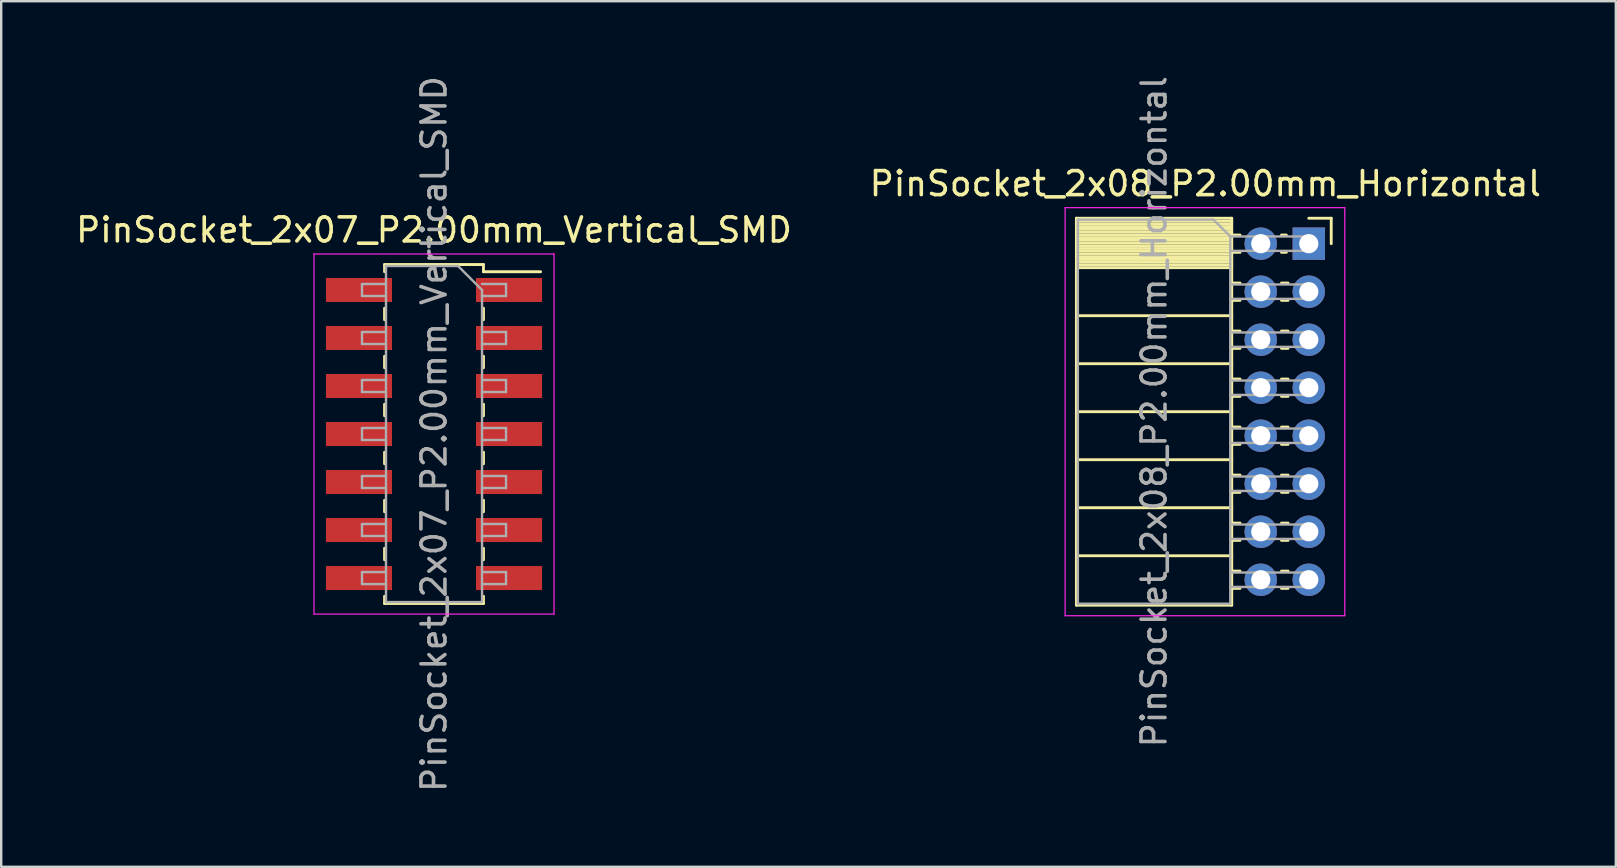
<source format=kicad_pcb>
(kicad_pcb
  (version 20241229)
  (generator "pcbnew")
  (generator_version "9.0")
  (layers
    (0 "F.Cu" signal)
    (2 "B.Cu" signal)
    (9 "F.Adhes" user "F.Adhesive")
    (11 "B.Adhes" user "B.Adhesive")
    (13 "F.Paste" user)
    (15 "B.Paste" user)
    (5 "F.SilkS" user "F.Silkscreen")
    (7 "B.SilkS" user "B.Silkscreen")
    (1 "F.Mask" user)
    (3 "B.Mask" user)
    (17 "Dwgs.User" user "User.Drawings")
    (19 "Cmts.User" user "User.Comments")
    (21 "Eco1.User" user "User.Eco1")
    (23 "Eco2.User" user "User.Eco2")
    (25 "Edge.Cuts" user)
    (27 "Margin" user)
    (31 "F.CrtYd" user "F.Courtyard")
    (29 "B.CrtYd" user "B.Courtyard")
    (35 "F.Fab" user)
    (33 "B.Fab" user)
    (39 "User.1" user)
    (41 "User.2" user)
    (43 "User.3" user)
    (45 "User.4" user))
  (footprint "PinSocket_2x07_P2.00mm_Vertical_SMD"
    (layer "F.Cu")
    (at 15.03 15.03)
    (property "Reference" "PinSocket_2x07_P2.00mm_Vertical_SMD" (at 0 -8.5 0) (layer "F.SilkS") (effects (font (size 1 1) (thickness 0.15))))
    (attr smd)
    (fp_line (start -2.06 -7.06) (end -2.06 -6.76) (stroke (width 0.12) (type solid)) (layer "F.SilkS"))
    (fp_line (start -2.06 -7.06) (end 2.06 -7.06) (stroke (width 0.12) (type solid)) (layer "F.SilkS"))
    (fp_line (start -2.06 -5.24) (end -2.06 -4.76) (stroke (width 0.12) (type solid)) (layer "F.SilkS"))
    (fp_line (start -2.06 -3.24) (end -2.06 -2.76) (stroke (width 0.12) (type solid)) (layer "F.SilkS"))
    (fp_line (start -2.06 -1.24) (end -2.06 -0.76) (stroke (width 0.12) (type solid)) (layer "F.SilkS"))
    (fp_line (start -2.06 0.76) (end -2.06 1.24) (stroke (width 0.12) (type solid)) (layer "F.SilkS"))
    (fp_line (start -2.06 2.76) (end -2.06 3.24) (stroke (width 0.12) (type solid)) (layer "F.SilkS"))
    (fp_line (start -2.06 4.76) (end -2.06 5.24) (stroke (width 0.12) (type solid)) (layer "F.SilkS"))
    (fp_line (start -2.06 6.76) (end -2.06 7.06) (stroke (width 0.12) (type solid)) (layer "F.SilkS"))
    (fp_line (start -2.06 7.06) (end 2.06 7.06) (stroke (width 0.12) (type solid)) (layer "F.SilkS"))
    (fp_line (start 2.06 -7.06) (end 2.06 -6.76) (stroke (width 0.12) (type solid)) (layer "F.SilkS"))
    (fp_line (start 2.06 -6.76) (end 4.44 -6.76) (stroke (width 0.12) (type solid)) (layer "F.SilkS"))
    (fp_line (start 2.06 -5.24) (end 2.06 -4.76) (stroke (width 0.12) (type solid)) (layer "F.SilkS"))
    (fp_line (start 2.06 -3.24) (end 2.06 -2.76) (stroke (width 0.12) (type solid)) (layer "F.SilkS"))
    (fp_line (start 2.06 -1.24) (end 2.06 -0.76) (stroke (width 0.12) (type solid)) (layer "F.SilkS"))
    (fp_line (start 2.06 0.76) (end 2.06 1.24) (stroke (width 0.12) (type solid)) (layer "F.SilkS"))
    (fp_line (start 2.06 2.76) (end 2.06 3.24) (stroke (width 0.12) (type solid)) (layer "F.SilkS"))
    (fp_line (start 2.06 4.76) (end 2.06 5.24) (stroke (width 0.12) (type solid)) (layer "F.SilkS"))
    (fp_line (start 2.06 6.76) (end 2.06 7.06) (stroke (width 0.12) (type solid)) (layer "F.SilkS"))
    (fp_line (start -5 -7.5) (end 5 -7.5) (stroke (width 0.05) (type solid)) (layer "F.CrtYd"))
    (fp_line (start -5 7.5) (end -5 -7.5) (stroke (width 0.05) (type solid)) (layer "F.CrtYd"))
    (fp_line (start 5 -7.5) (end 5 7.5) (stroke (width 0.05) (type solid)) (layer "F.CrtYd"))
    (fp_line (start 5 7.5) (end -5 7.5) (stroke (width 0.05) (type solid)) (layer "F.CrtYd"))
    (fp_line (start -3 -6.25) (end -2 -6.25) (stroke (width 0.1) (type solid)) (layer "F.Fab"))
    (fp_line (start -3 -5.75) (end -3 -6.25) (stroke (width 0.1) (type solid)) (layer "F.Fab"))
    (fp_line (start -3 -4.25) (end -2 -4.25) (stroke (width 0.1) (type solid)) (layer "F.Fab"))
    (fp_line (start -3 -3.75) (end -3 -4.25) (stroke (width 0.1) (type solid)) (layer "F.Fab"))
    (fp_line (start -3 -2.25) (end -2 -2.25) (stroke (width 0.1) (type solid)) (layer "F.Fab"))
    (fp_line (start -3 -1.75) (end -3 -2.25) (stroke (width 0.1) (type solid)) (layer "F.Fab"))
    (fp_line (start -3 -0.25) (end -2 -0.25) (stroke (width 0.1) (type solid)) (layer "F.Fab"))
    (fp_line (start -3 0.25) (end -3 -0.25) (stroke (width 0.1) (type solid)) (layer "F.Fab"))
    (fp_line (start -3 1.75) (end -2 1.75) (stroke (width 0.1) (type solid)) (layer "F.Fab"))
    (fp_line (start -3 2.25) (end -3 1.75) (stroke (width 0.1) (type solid)) (layer "F.Fab"))
    (fp_line (start -3 3.75) (end -2 3.75) (stroke (width 0.1) (type solid)) (layer "F.Fab"))
    (fp_line (start -3 4.25) (end -3 3.75) (stroke (width 0.1) (type solid)) (layer "F.Fab"))
    (fp_line (start -3 5.75) (end -2 5.75) (stroke (width 0.1) (type solid)) (layer "F.Fab"))
    (fp_line (start -3 6.25) (end -3 5.75) (stroke (width 0.1) (type solid)) (layer "F.Fab"))
    (fp_line (start -2 -7) (end 1 -7) (stroke (width 0.1) (type solid)) (layer "F.Fab"))
    (fp_line (start -2 -5.75) (end -3 -5.75) (stroke (width 0.1) (type solid)) (layer "F.Fab"))
    (fp_line (start -2 -3.75) (end -3 -3.75) (stroke (width 0.1) (type solid)) (layer "F.Fab"))
    (fp_line (start -2 -1.75) (end -3 -1.75) (stroke (width 0.1) (type solid)) (layer "F.Fab"))
    (fp_line (start -2 0.25) (end -3 0.25) (stroke (width 0.1) (type solid)) (layer "F.Fab"))
    (fp_line (start -2 2.25) (end -3 2.25) (stroke (width 0.1) (type solid)) (layer "F.Fab"))
    (fp_line (start -2 4.25) (end -3 4.25) (stroke (width 0.1) (type solid)) (layer "F.Fab"))
    (fp_line (start -2 6.25) (end -3 6.25) (stroke (width 0.1) (type solid)) (layer "F.Fab"))
    (fp_line (start -2 7) (end -2 -7) (stroke (width 0.1) (type solid)) (layer "F.Fab"))
    (fp_line (start 1 -7) (end 2 -6) (stroke (width 0.1) (type solid)) (layer "F.Fab"))
    (fp_line (start 2 -6.25) (end 3 -6.25) (stroke (width 0.1) (type solid)) (layer "F.Fab"))
    (fp_line (start 2 -6) (end 2 7) (stroke (width 0.1) (type solid)) (layer "F.Fab"))
    (fp_line (start 2 -4.25) (end 3 -4.25) (stroke (width 0.1) (type solid)) (layer "F.Fab"))
    (fp_line (start 2 -2.25) (end 3 -2.25) (stroke (width 0.1) (type solid)) (layer "F.Fab"))
    (fp_line (start 2 -0.25) (end 3 -0.25) (stroke (width 0.1) (type solid)) (layer "F.Fab"))
    (fp_line (start 2 1.75) (end 3 1.75) (stroke (width 0.1) (type solid)) (layer "F.Fab"))
    (fp_line (start 2 3.75) (end 3 3.75) (stroke (width 0.1) (type solid)) (layer "F.Fab"))
    (fp_line (start 2 5.75) (end 3 5.75) (stroke (width 0.1) (type solid)) (layer "F.Fab"))
    (fp_line (start 2 7) (end -2 7) (stroke (width 0.1) (type solid)) (layer "F.Fab"))
    (fp_line (start 3 -6.25) (end 3 -5.75) (stroke (width 0.1) (type solid)) (layer "F.Fab"))
    (fp_line (start 3 -5.75) (end 2 -5.75) (stroke (width 0.1) (type solid)) (layer "F.Fab"))
    (fp_line (start 3 -4.25) (end 3 -3.75) (stroke (width 0.1) (type solid)) (layer "F.Fab"))
    (fp_line (start 3 -3.75) (end 2 -3.75) (stroke (width 0.1) (type solid)) (layer "F.Fab"))
    (fp_line (start 3 -2.25) (end 3 -1.75) (stroke (width 0.1) (type solid)) (layer "F.Fab"))
    (fp_line (start 3 -1.75) (end 2 -1.75) (stroke (width 0.1) (type solid)) (layer "F.Fab"))
    (fp_line (start 3 -0.25) (end 3 0.25) (stroke (width 0.1) (type solid)) (layer "F.Fab"))
    (fp_line (start 3 0.25) (end 2 0.25) (stroke (width 0.1) (type solid)) (layer "F.Fab"))
    (fp_line (start 3 1.75) (end 3 2.25) (stroke (width 0.1) (type solid)) (layer "F.Fab"))
    (fp_line (start 3 2.25) (end 2 2.25) (stroke (width 0.1) (type solid)) (layer "F.Fab"))
    (fp_line (start 3 3.75) (end 3 4.25) (stroke (width 0.1) (type solid)) (layer "F.Fab"))
    (fp_line (start 3 4.25) (end 2 4.25) (stroke (width 0.1) (type solid)) (layer "F.Fab"))
    (fp_line (start 3 5.75) (end 3 6.25) (stroke (width 0.1) (type solid)) (layer "F.Fab"))
    (fp_line (start 3 6.25) (end 2 6.25) (stroke (width 0.1) (type solid)) (layer "F.Fab"))
    (fp_text user "${REFERENCE}" (at 0 0 90) (layer "F.Fab") (effects (font (size 1 1) (thickness 0.15))))
    (pad "1" smd rect (at 3.125 -6) (size 2.75 1) (layers "F.Cu" "F.Mask" "F.Paste"))
    (pad "2" smd rect (at -3.125 -6) (size 2.75 1) (layers "F.Cu" "F.Mask" "F.Paste"))
    (pad "3" smd rect (at 3.125 -4) (size 2.75 1) (layers "F.Cu" "F.Mask" "F.Paste"))
    (pad "4" smd rect (at -3.125 -4) (size 2.75 1) (layers "F.Cu" "F.Mask" "F.Paste"))
    (pad "5" smd rect (at 3.125 -2) (size 2.75 1) (layers "F.Cu" "F.Mask" "F.Paste"))
    (pad "6" smd rect (at -3.125 -2) (size 2.75 1) (layers "F.Cu" "F.Mask" "F.Paste"))
    (pad "7" smd rect (at 3.125 0) (size 2.75 1) (layers "F.Cu" "F.Mask" "F.Paste"))
    (pad "8" smd rect (at -3.125 0) (size 2.75 1) (layers "F.Cu" "F.Mask" "F.Paste"))
    (pad "9" smd rect (at 3.125 2) (size 2.75 1) (layers "F.Cu" "F.Mask" "F.Paste"))
    (pad "10" smd rect (at -3.125 2) (size 2.75 1) (layers "F.Cu" "F.Mask" "F.Paste"))
    (pad "11" smd rect (at 3.125 4) (size 2.75 1) (layers "F.Cu" "F.Mask" "F.Paste"))
    (pad "12" smd rect (at -3.125 4) (size 2.75 1) (layers "F.Cu" "F.Mask" "F.Paste"))
    (pad "13" smd rect (at 3.125 6) (size 2.75 1) (layers "F.Cu" "F.Mask" "F.Paste"))
    (pad "14" smd rect (at -3.125 6) (size 2.75 1) (layers "F.Cu" "F.Mask" "F.Paste")))
  (footprint "PinSocket_2x08_P2.00mm_Horizontal"
    (layer "F.Cu")
    (at 51.471 7.101)
    (property "Reference" "PinSocket_2x08_P2.00mm_Horizontal" (at -4.31 -2.5 0) (layer "F.SilkS") (effects (font (size 1 1) (thickness 0.15))))
    (attr through_hole)
    (fp_line (start -9.68 -1.06) (end -9.68 15.06) (stroke (width 0.12) (type solid)) (layer "F.SilkS"))
    (fp_line (start -9.68 -1.06) (end -3.21 -1.06) (stroke (width 0.12) (type solid)) (layer "F.SilkS"))
    (fp_line (start -9.68 -0.94) (end -3.21 -0.94) (stroke (width 0.12) (type solid)) (layer "F.SilkS"))
    (fp_line (start -9.68 -0.826) (end -3.21 -0.826) (stroke (width 0.12) (type solid)) (layer "F.SilkS"))
    (fp_line (start -9.68 -0.712) (end -3.21 -0.712) (stroke (width 0.12) (type solid)) (layer "F.SilkS"))
    (fp_line (start -9.68 -0.598) (end -3.21 -0.598) (stroke (width 0.12) (type solid)) (layer "F.SilkS"))
    (fp_line (start -9.68 -0.484) (end -3.21 -0.484) (stroke (width 0.12) (type solid)) (layer "F.SilkS"))
    (fp_line (start -9.68 -0.369) (end -3.21 -0.369) (stroke (width 0.12) (type solid)) (layer "F.SilkS"))
    (fp_line (start -9.68 -0.255) (end -3.21 -0.255) (stroke (width 0.12) (type solid)) (layer "F.SilkS"))
    (fp_line (start -9.68 -0.141) (end -3.21 -0.141) (stroke (width 0.12) (type solid)) (layer "F.SilkS"))
    (fp_line (start -9.68 -0.027) (end -3.21 -0.027) (stroke (width 0.12) (type solid)) (layer "F.SilkS"))
    (fp_line (start -9.68 0.087) (end -3.21 0.087) (stroke (width 0.12) (type solid)) (layer "F.SilkS"))
    (fp_line (start -9.68 0.201) (end -3.21 0.201) (stroke (width 0.12) (type solid)) (layer "F.SilkS"))
    (fp_line (start -9.68 0.315) (end -3.21 0.315) (stroke (width 0.12) (type solid)) (layer "F.SilkS"))
    (fp_line (start -9.68 0.429) (end -3.21 0.429) (stroke (width 0.12) (type solid)) (layer "F.SilkS"))
    (fp_line (start -9.68 0.544) (end -3.21 0.544) (stroke (width 0.12) (type solid)) (layer "F.SilkS"))
    (fp_line (start -9.68 0.658) (end -3.21 0.658) (stroke (width 0.12) (type solid)) (layer "F.SilkS"))
    (fp_line (start -9.68 0.772) (end -3.21 0.772) (stroke (width 0.12) (type solid)) (layer "F.SilkS"))
    (fp_line (start -9.68 0.886) (end -3.21 0.886) (stroke (width 0.12) (type solid)) (layer "F.SilkS"))
    (fp_line (start -9.68 1) (end -3.21 1) (stroke (width 0.12) (type solid)) (layer "F.SilkS"))
    (fp_line (start -9.68 3) (end -3.21 3) (stroke (width 0.12) (type solid)) (layer "F.SilkS"))
    (fp_line (start -9.68 5) (end -3.21 5) (stroke (width 0.12) (type solid)) (layer "F.SilkS"))
    (fp_line (start -9.68 7) (end -3.21 7) (stroke (width 0.12) (type solid)) (layer "F.SilkS"))
    (fp_line (start -9.68 9) (end -3.21 9) (stroke (width 0.12) (type solid)) (layer "F.SilkS"))
    (fp_line (start -9.68 11) (end -3.21 11) (stroke (width 0.12) (type solid)) (layer "F.SilkS"))
    (fp_line (start -9.68 13) (end -3.21 13) (stroke (width 0.12) (type solid)) (layer "F.SilkS"))
    (fp_line (start -9.68 15.06) (end -3.21 15.06) (stroke (width 0.12) (type solid)) (layer "F.SilkS"))
    (fp_line (start -3.21 -1.06) (end -3.21 15.06) (stroke (width 0.12) (type solid)) (layer "F.SilkS"))
    (fp_line (start -3.21 -0.36) (end -2.863 -0.36) (stroke (width 0.12) (type solid)) (layer "F.SilkS"))
    (fp_line (start -3.21 0.36) (end -2.863 0.36) (stroke (width 0.12) (type solid)) (layer "F.SilkS"))
    (fp_line (start -3.21 1.64) (end -2.863 1.64) (stroke (width 0.12) (type solid)) (layer "F.SilkS"))
    (fp_line (start -3.21 2.36) (end -2.863 2.36) (stroke (width 0.12) (type solid)) (layer "F.SilkS"))
    (fp_line (start -3.21 3.64) (end -2.863 3.64) (stroke (width 0.12) (type solid)) (layer "F.SilkS"))
    (fp_line (start -3.21 4.36) (end -2.863 4.36) (stroke (width 0.12) (type solid)) (layer "F.SilkS"))
    (fp_line (start -3.21 5.64) (end -2.863 5.64) (stroke (width 0.12) (type solid)) (layer "F.SilkS"))
    (fp_line (start -3.21 6.36) (end -2.863 6.36) (stroke (width 0.12) (type solid)) (layer "F.SilkS"))
    (fp_line (start -3.21 7.64) (end -2.863 7.64) (stroke (width 0.12) (type solid)) (layer "F.SilkS"))
    (fp_line (start -3.21 8.36) (end -2.863 8.36) (stroke (width 0.12) (type solid)) (layer "F.SilkS"))
    (fp_line (start -3.21 9.64) (end -2.863 9.64) (stroke (width 0.12) (type solid)) (layer "F.SilkS"))
    (fp_line (start -3.21 10.36) (end -2.863 10.36) (stroke (width 0.12) (type solid)) (layer "F.SilkS"))
    (fp_line (start -3.21 11.64) (end -2.863 11.64) (stroke (width 0.12) (type solid)) (layer "F.SilkS"))
    (fp_line (start -3.21 12.36) (end -2.863 12.36) (stroke (width 0.12) (type solid)) (layer "F.SilkS"))
    (fp_line (start -3.21 13.64) (end -2.863 13.64) (stroke (width 0.12) (type solid)) (layer "F.SilkS"))
    (fp_line (start -3.21 14.36) (end -2.863 14.36) (stroke (width 0.12) (type solid)) (layer "F.SilkS"))
    (fp_line (start -1.137 -0.36) (end -0.935 -0.36) (stroke (width 0.12) (type solid)) (layer "F.SilkS"))
    (fp_line (start -1.137 0.36) (end -0.935 0.36) (stroke (width 0.12) (type solid)) (layer "F.SilkS"))
    (fp_line (start -1.137 1.64) (end -0.863 1.64) (stroke (width 0.12) (type solid)) (layer "F.SilkS"))
    (fp_line (start -1.137 2.36) (end -0.863 2.36) (stroke (width 0.12) (type solid)) (layer "F.SilkS"))
    (fp_line (start -1.137 3.64) (end -0.863 3.64) (stroke (width 0.12) (type solid)) (layer "F.SilkS"))
    (fp_line (start -1.137 4.36) (end -0.863 4.36) (stroke (width 0.12) (type solid)) (layer "F.SilkS"))
    (fp_line (start -1.137 5.64) (end -0.863 5.64) (stroke (width 0.12) (type solid)) (layer "F.SilkS"))
    (fp_line (start -1.137 6.36) (end -0.863 6.36) (stroke (width 0.12) (type solid)) (layer "F.SilkS"))
    (fp_line (start -1.137 7.64) (end -0.863 7.64) (stroke (width 0.12) (type solid)) (layer "F.SilkS"))
    (fp_line (start -1.137 8.36) (end -0.863 8.36) (stroke (width 0.12) (type solid)) (layer "F.SilkS"))
    (fp_line (start -1.137 9.64) (end -0.863 9.64) (stroke (width 0.12) (type solid)) (layer "F.SilkS"))
    (fp_line (start -1.137 10.36) (end -0.863 10.36) (stroke (width 0.12) (type solid)) (layer "F.SilkS"))
    (fp_line (start -1.137 11.64) (end -0.863 11.64) (stroke (width 0.12) (type solid)) (layer "F.SilkS"))
    (fp_line (start -1.137 12.36) (end -0.863 12.36) (stroke (width 0.12) (type solid)) (layer "F.SilkS"))
    (fp_line (start -1.137 13.64) (end -0.863 13.64) (stroke (width 0.12) (type solid)) (layer "F.SilkS"))
    (fp_line (start -1.137 14.36) (end -0.863 14.36) (stroke (width 0.12) (type solid)) (layer "F.SilkS"))
    (fp_line (start 0 -1.06) (end 0.935 -1.06) (stroke (width 0.12) (type solid)) (layer "F.SilkS"))
    (fp_line (start 0.935 -1.06) (end 0.935 0) (stroke (width 0.12) (type solid)) (layer "F.SilkS"))
    (fp_line (start -10.15 -1.5) (end -10.15 15.5) (stroke (width 0.05) (type solid)) (layer "F.CrtYd"))
    (fp_line (start -10.15 15.5) (end 1.5 15.5) (stroke (width 0.05) (type solid)) (layer "F.CrtYd"))
    (fp_line (start 1.5 -1.5) (end -10.15 -1.5) (stroke (width 0.05) (type solid)) (layer "F.CrtYd"))
    (fp_line (start 1.5 15.5) (end 1.5 -1.5) (stroke (width 0.05) (type solid)) (layer "F.CrtYd"))
    (fp_line (start -9.62 -1) (end -3.97 -1) (stroke (width 0.1) (type solid)) (layer "F.Fab"))
    (fp_line (start -9.62 15) (end -9.62 -1) (stroke (width 0.1) (type solid)) (layer "F.Fab"))
    (fp_line (start -3.97 -1) (end -3.27 -0.3) (stroke (width 0.1) (type solid)) (layer "F.Fab"))
    (fp_line (start -3.27 -0.3) (end -3.27 15) (stroke (width 0.1) (type solid)) (layer "F.Fab"))
    (fp_line (start -3.27 0.3) (end 0 0.3) (stroke (width 0.1) (type solid)) (layer "F.Fab"))
    (fp_line (start -3.27 2.3) (end 0 2.3) (stroke (width 0.1) (type solid)) (layer "F.Fab"))
    (fp_line (start -3.27 4.3) (end 0 4.3) (stroke (width 0.1) (type solid)) (layer "F.Fab"))
    (fp_line (start -3.27 6.3) (end 0 6.3) (stroke (width 0.1) (type solid)) (layer "F.Fab"))
    (fp_line (start -3.27 8.3) (end 0 8.3) (stroke (width 0.1) (type solid)) (layer "F.Fab"))
    (fp_line (start -3.27 10.3) (end 0 10.3) (stroke (width 0.1) (type solid)) (layer "F.Fab"))
    (fp_line (start -3.27 12.3) (end 0 12.3) (stroke (width 0.1) (type solid)) (layer "F.Fab"))
    (fp_line (start -3.27 14.3) (end 0 14.3) (stroke (width 0.1) (type solid)) (layer "F.Fab"))
    (fp_line (start -3.27 15) (end -9.62 15) (stroke (width 0.1) (type solid)) (layer "F.Fab"))
    (fp_line (start 0 -0.3) (end -3.27 -0.3) (stroke (width 0.1) (type solid)) (layer "F.Fab"))
    (fp_line (start 0 0.3) (end 0 -0.3) (stroke (width 0.1) (type solid)) (layer "F.Fab"))
    (fp_line (start 0 1.7) (end -3.27 1.7) (stroke (width 0.1) (type solid)) (layer "F.Fab"))
    (fp_line (start 0 2.3) (end 0 1.7) (stroke (width 0.1) (type solid)) (layer "F.Fab"))
    (fp_line (start 0 3.7) (end -3.27 3.7) (stroke (width 0.1) (type solid)) (layer "F.Fab"))
    (fp_line (start 0 4.3) (end 0 3.7) (stroke (width 0.1) (type solid)) (layer "F.Fab"))
    (fp_line (start 0 5.7) (end -3.27 5.7) (stroke (width 0.1) (type solid)) (layer "F.Fab"))
    (fp_line (start 0 6.3) (end 0 5.7) (stroke (width 0.1) (type solid)) (layer "F.Fab"))
    (fp_line (start 0 7.7) (end -3.27 7.7) (stroke (width 0.1) (type solid)) (layer "F.Fab"))
    (fp_line (start 0 8.3) (end 0 7.7) (stroke (width 0.1) (type solid)) (layer "F.Fab"))
    (fp_line (start 0 9.7) (end -3.27 9.7) (stroke (width 0.1) (type solid)) (layer "F.Fab"))
    (fp_line (start 0 10.3) (end 0 9.7) (stroke (width 0.1) (type solid)) (layer "F.Fab"))
    (fp_line (start 0 11.7) (end -3.27 11.7) (stroke (width 0.1) (type solid)) (layer "F.Fab"))
    (fp_line (start 0 12.3) (end 0 11.7) (stroke (width 0.1) (type solid)) (layer "F.Fab"))
    (fp_line (start 0 13.7) (end -3.27 13.7) (stroke (width 0.1) (type solid)) (layer "F.Fab"))
    (fp_line (start 0 14.3) (end 0 13.7) (stroke (width 0.1) (type solid)) (layer "F.Fab"))
    (fp_text user "${REFERENCE}" (at -6.445 7 90) (layer "F.Fab") (effects (font (size 1 1) (thickness 0.15))))
    (pad "1" thru_hole rect (at 0 0) (size 1.35 1.35) (drill 0.8) (layers "*.Cu" "*.Mask"))
    (pad "2" thru_hole oval (at -2 0) (size 1.35 1.35) (drill 0.8) (layers "*.Cu" "*.Mask"))
    (pad "3" thru_hole oval (at 0 2) (size 1.35 1.35) (drill 0.8) (layers "*.Cu" "*.Mask"))
    (pad "4" thru_hole oval (at -2 2) (size 1.35 1.35) (drill 0.8) (layers "*.Cu" "*.Mask"))
    (pad "5" thru_hole oval (at 0 4) (size 1.35 1.35) (drill 0.8) (layers "*.Cu" "*.Mask"))
    (pad "6" thru_hole oval (at -2 4) (size 1.35 1.35) (drill 0.8) (layers "*.Cu" "*.Mask"))
    (pad "7" thru_hole oval (at 0 6) (size 1.35 1.35) (drill 0.8) (layers "*.Cu" "*.Mask"))
    (pad "8" thru_hole oval (at -2 6) (size 1.35 1.35) (drill 0.8) (layers "*.Cu" "*.Mask"))
    (pad "9" thru_hole oval (at 0 8) (size 1.35 1.35) (drill 0.8) (layers "*.Cu" "*.Mask"))
    (pad "10" thru_hole oval (at -2 8) (size 1.35 1.35) (drill 0.8) (layers "*.Cu" "*.Mask"))
    (pad "11" thru_hole oval (at 0 10) (size 1.35 1.35) (drill 0.8) (layers "*.Cu" "*.Mask"))
    (pad "12" thru_hole oval (at -2 10) (size 1.35 1.35) (drill 0.8) (layers "*.Cu" "*.Mask"))
    (pad "13" thru_hole oval (at 0 12) (size 1.35 1.35) (drill 0.8) (layers "*.Cu" "*.Mask"))
    (pad "14" thru_hole oval (at -2 12) (size 1.35 1.35) (drill 0.8) (layers "*.Cu" "*.Mask"))
    (pad "15" thru_hole oval (at 0 14) (size 1.35 1.35) (drill 0.8) (layers "*.Cu" "*.Mask"))
    (pad "16" thru_hole oval (at -2 14) (size 1.35 1.35) (drill 0.8) (layers "*.Cu" "*.Mask")))
  (gr_rect
    (start -3 -3)
    (end 64.262 33.06)
    (stroke (width 0.1) (type default))
    (fill no)
    (layer "Edge.Cuts")))
</source>
